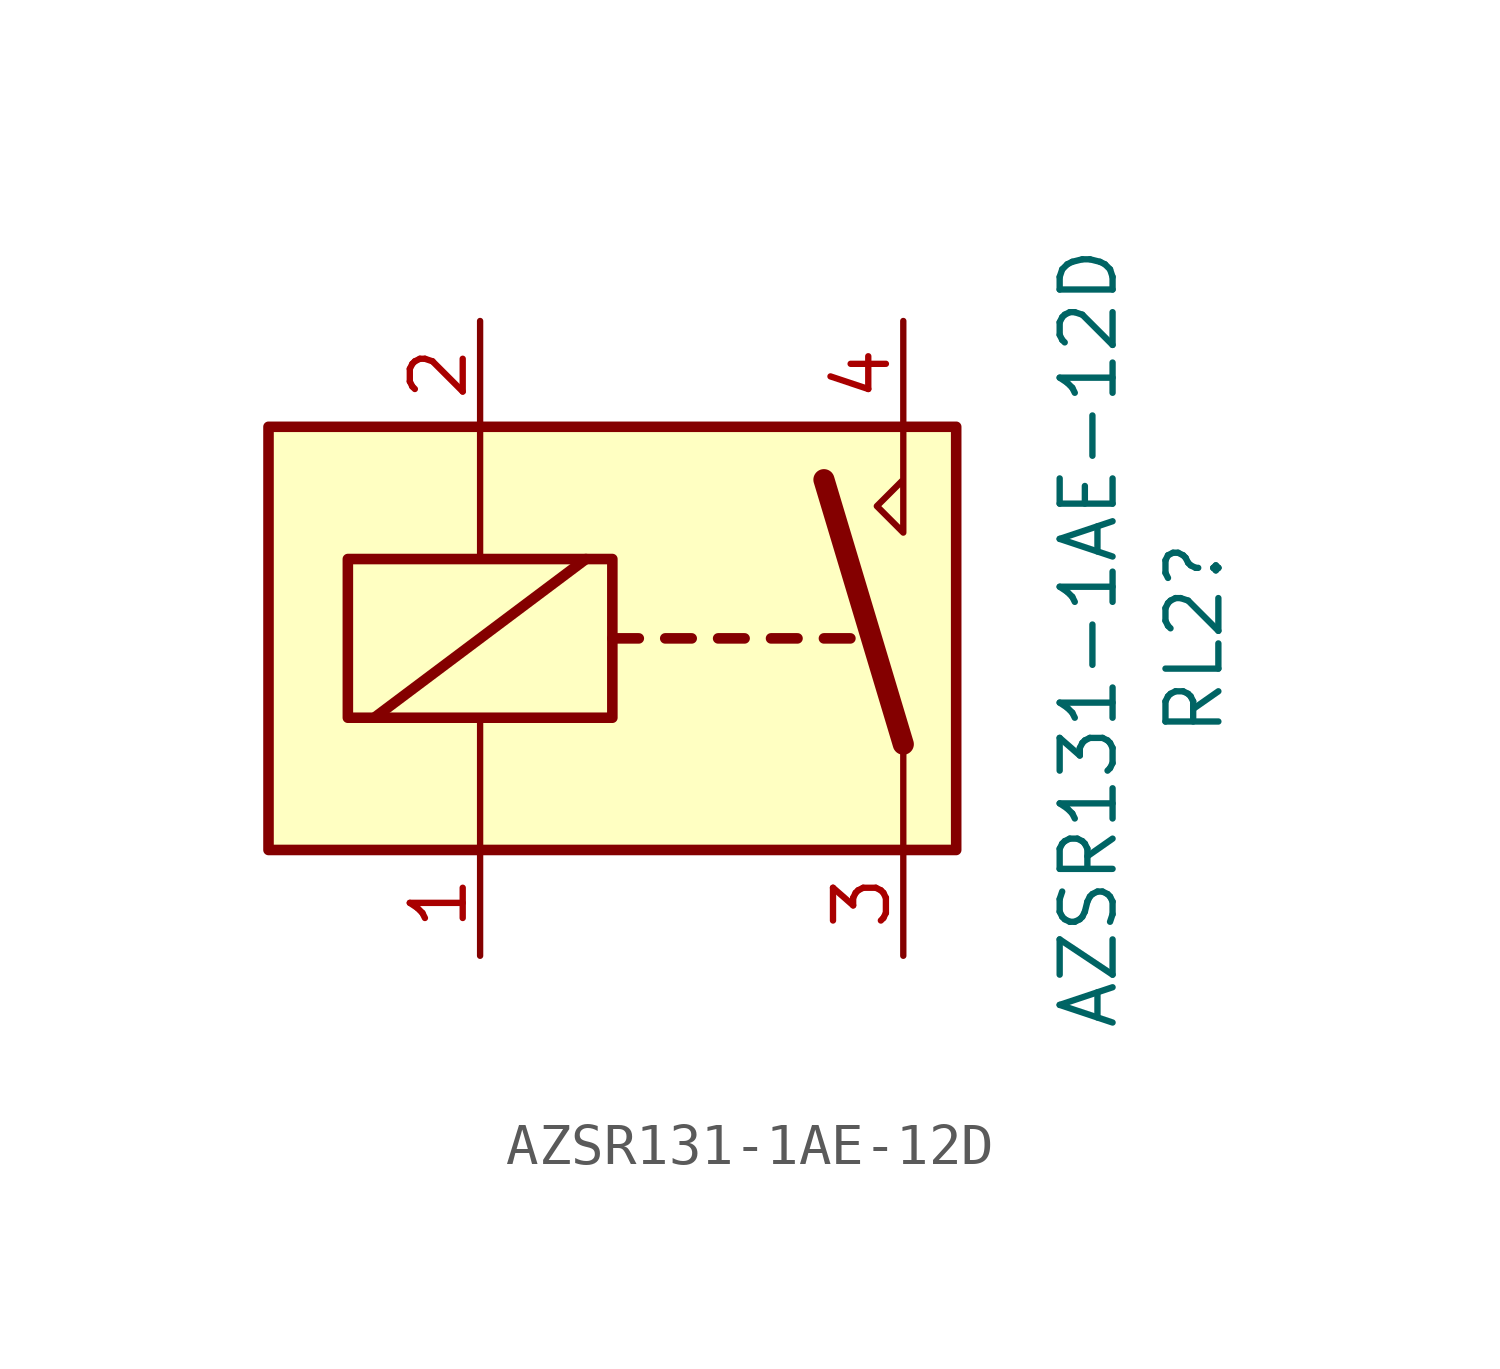
<source format=kicad_sym>
(kicad_symbol_lib
  (version 20220914)
  (generator kicad_symbol_editor)
  (symbol "AZSR131-1AE-12D"
    (property "Reference" "RL2"
      (at 12.065 0 90)
      (effects (font (size 1.27 1.27))))
    (property "Value" "AZSR131-1AE-12D"
      (at 9.525 0 90)
      (effects (font (size 1.27 1.27))))
    (symbol "AZSR131-1AE-12D_0_0"
      (polyline (pts (xy 5.08 5.08) (xy 5.08 2.54) (xy 4.445 3.175) (xy 5.08 3.81)) (stroke (width 0) (type default)) (fill (type none))))
    (symbol "AZSR131-1AE-12D_0_1"
      (rectangle (start -10.16 5.08) (end 6.35 -5.08) (stroke (width 0.254) (type default)) (fill (type background)))
      (rectangle (start -8.255 1.905) (end -1.905 -1.905) (stroke (width 0.254) (type default)) (fill (type none)))
      (polyline (pts (xy -7.62 -1.905) (xy -2.54 1.905)) (stroke (width 0.254) (type default)) (fill (type none)))
      (polyline (pts (xy -5.08 -5.08) (xy -5.08 -1.905)) (stroke (width 0) (type default)) (fill (type none)))
      (polyline (pts (xy -5.08 5.08) (xy -5.08 1.905)) (stroke (width 0) (type default)) (fill (type none)))
      (polyline (pts (xy -1.905 0) (xy -1.27 0)) (stroke (width 0.254) (type default)) (fill (type none)))
      (polyline (pts (xy -0.635 0) (xy 0 0)) (stroke (width 0.254) (type default)) (fill (type none)))
      (polyline (pts (xy 0.635 0) (xy 1.27 0)) (stroke (width 0.254) (type default)) (fill (type none)))
      (polyline (pts (xy 1.905 0) (xy 2.54 0)) (stroke (width 0.254) (type default)) (fill (type none)))
      (polyline (pts (xy 3.175 0) (xy 3.81 0)) (stroke (width 0.254) (type default)) (fill (type none)))
      (polyline (pts (xy 5.08 -2.54) (xy 3.175 3.81)) (stroke (width 0.508) (type default)) (fill (type none)))
      (polyline (pts (xy 5.08 -2.54) (xy 5.08 -5.08)) (stroke (width 0) (type default)) (fill (type none))))
    (symbol "AZSR131-1AE-12D_1_1"
      (pin passive line (at -5.08 -7.62 90) (length 2.54) (name "~" (effects (font (size 1.27 1.27)))) (number "1" (effects (font (size 1.27 1.27)))))
      (pin passive line (at -5.08 7.62 270) (length 2.54) (name "~" (effects (font (size 1.27 1.27)))) (number "2" (effects (font (size 1.27 1.27)))))
      (pin passive line (at 5.08 -7.62 90) (length 2.54) (name "~" (effects (font (size 1.27 1.27)))) (number "3" (effects (font (size 1.27 1.27)))))
      (pin passive line (at 5.08 7.62 270) (length 2.54) (name "~" (effects (font (size 1.27 1.27)))) (number "4" (effects (font (size 1.27 1.27))))))))
</source>
